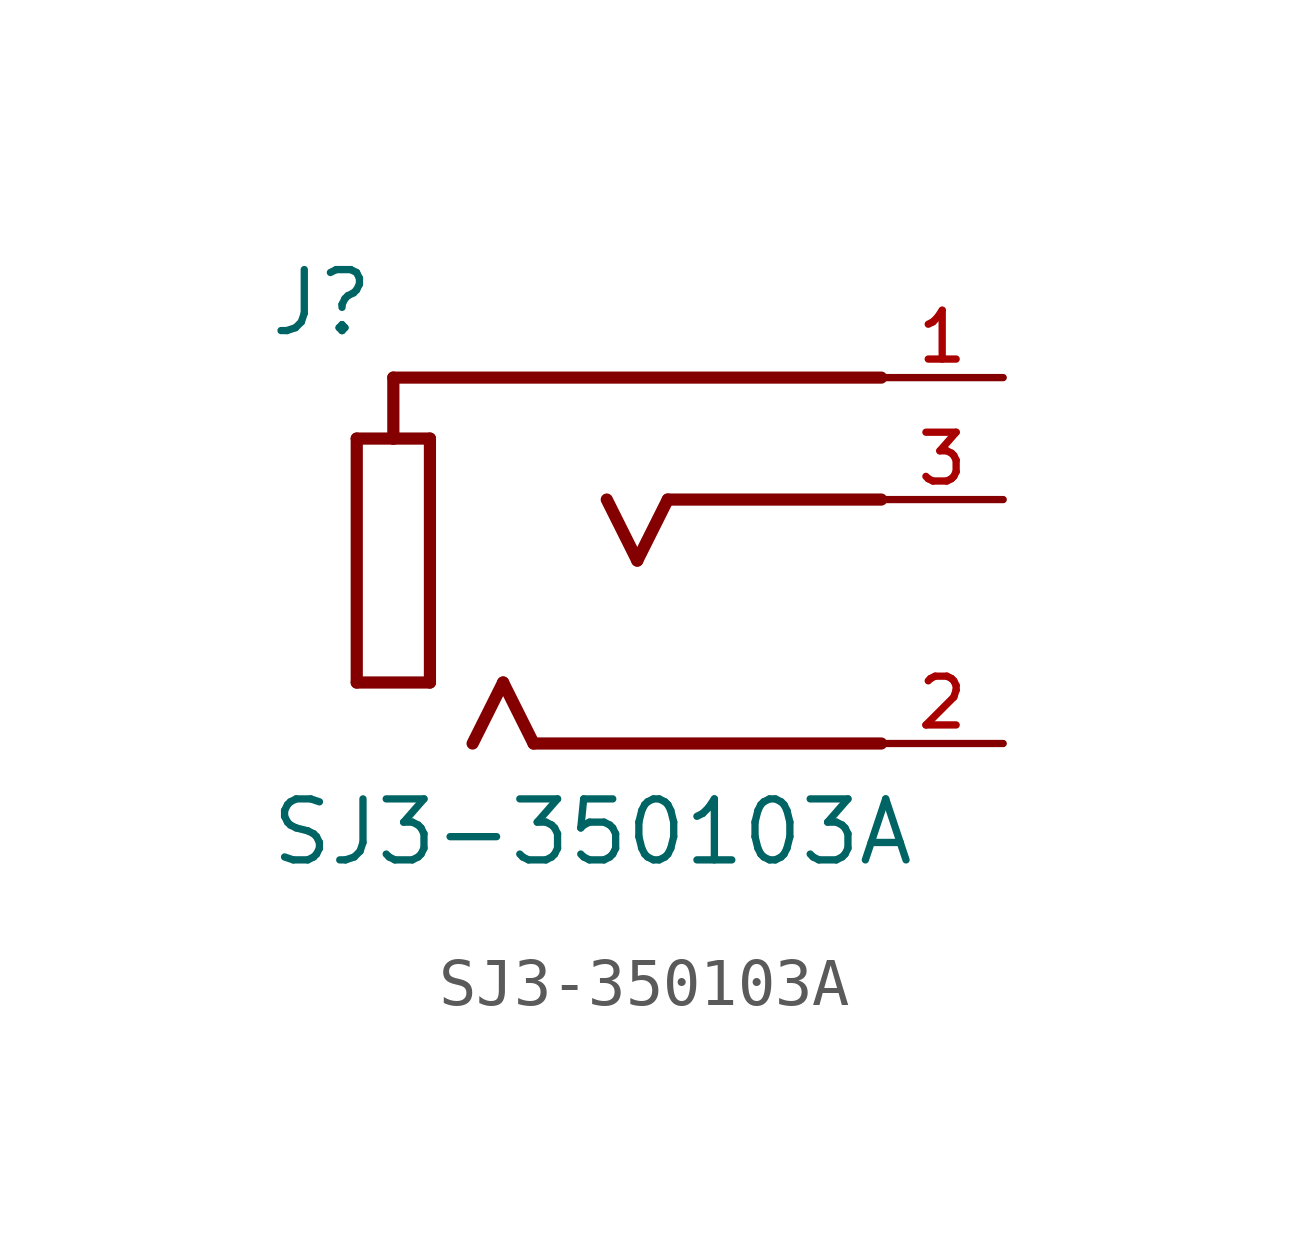
<source format=kicad_sym>
(kicad_symbol_lib
  (version 20211014)
  (generator kicad_symbol_editor)
  (symbol "SJ3-350103A"
    (pin_names
      (offset 1.016))
    (property "Reference" "J"
      (at -7.7 3.356 0)
      (effects (font (size 1.27 1.27)) (justify bottom left)))
    (property "Value" "SJ3-350103A"
      (at -7.687 -7.667 0)
      (effects (font (size 1.27 1.27)) (justify bottom left)))
    (symbol "SJ3-350103A_0_0"
      (polyline (pts (xy -2.159 -5.08) (xy -2.794 -3.81)) (stroke (width 0.254)))
      (polyline (pts (xy -2.794 -3.81) (xy -3.429 -5.08)) (stroke (width 0.254)))
      (polyline (pts (xy 5.08 0.0) (xy 0.635 0.0)) (stroke (width 0.254)))
      (polyline (pts (xy 0.635 0.0) (xy 0.0 -1.27)) (stroke (width 0.254)))
      (polyline (pts (xy 0.0 -1.27) (xy -0.635 0.0)) (stroke (width 0.254)))
      (polyline (pts (xy -4.318 1.27) (xy -4.318 -3.81)) (stroke (width 0.254)))
      (polyline (pts (xy -4.318 -3.81) (xy -5.842 -3.81)) (stroke (width 0.254)))
      (polyline (pts (xy -5.842 -3.81) (xy -5.842 1.27)) (stroke (width 0.254)))
      (polyline (pts (xy -5.842 1.27) (xy -5.08 1.27)) (stroke (width 0.254)))
      (polyline (pts (xy -5.08 1.27) (xy -4.318 1.27)) (stroke (width 0.254)))
      (polyline (pts (xy 5.08 2.54) (xy -5.08 2.54)) (stroke (width 0.254)))
      (polyline (pts (xy -5.08 2.54) (xy -5.08 1.27)) (stroke (width 0.254)))
      (polyline (pts (xy -2.159 -5.08) (xy 5.08 -5.08)) (stroke (width 0.254)))
      (pin passive line (at 7.62 2.54 180.0) (length 2.54) (name "~" (effects (font (size 1.016 1.016)))) (number "1" (effects (font (size 1.016 1.016)))))
      (pin passive line (at 7.62 0.0 180.0) (length 2.54) (name "~" (effects (font (size 1.016 1.016)))) (number "3" (effects (font (size 1.016 1.016)))))
      (pin passive line (at 7.62 -5.08 180.0) (length 2.54) (name "~" (effects (font (size 1.016 1.016)))) (number "2" (effects (font (size 1.016 1.016))))))))
</source>
